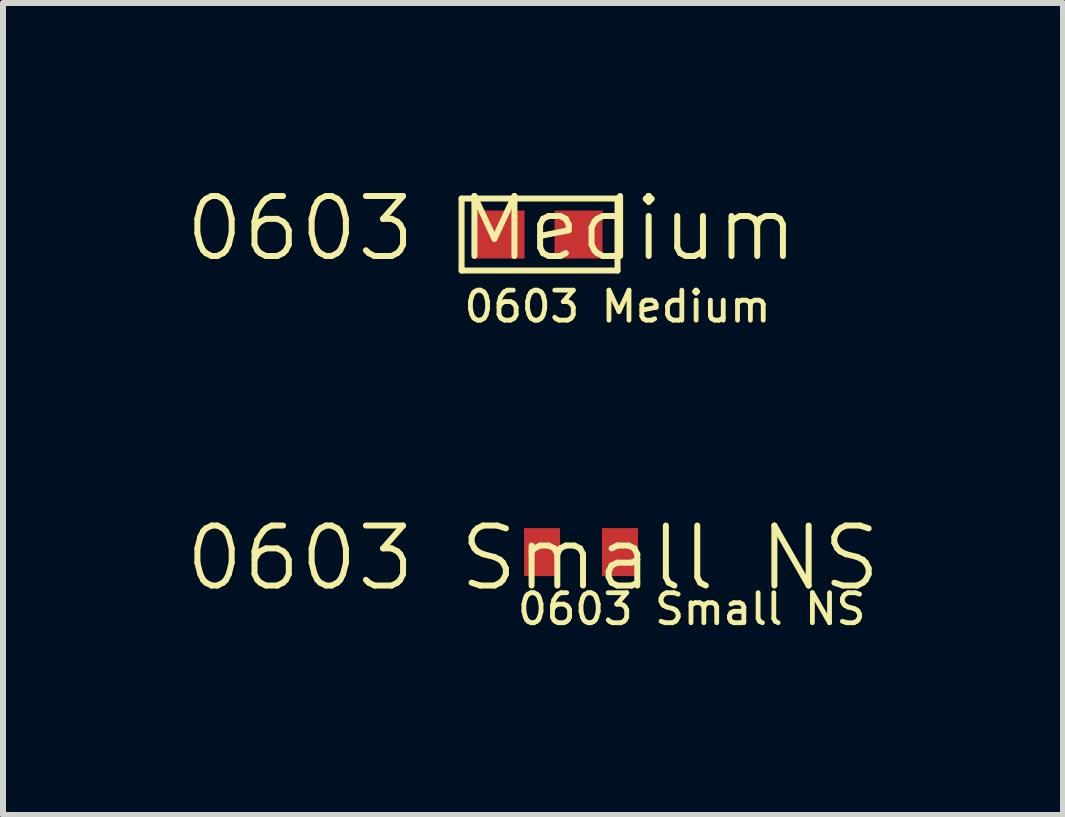
<source format=kicad_pcb>
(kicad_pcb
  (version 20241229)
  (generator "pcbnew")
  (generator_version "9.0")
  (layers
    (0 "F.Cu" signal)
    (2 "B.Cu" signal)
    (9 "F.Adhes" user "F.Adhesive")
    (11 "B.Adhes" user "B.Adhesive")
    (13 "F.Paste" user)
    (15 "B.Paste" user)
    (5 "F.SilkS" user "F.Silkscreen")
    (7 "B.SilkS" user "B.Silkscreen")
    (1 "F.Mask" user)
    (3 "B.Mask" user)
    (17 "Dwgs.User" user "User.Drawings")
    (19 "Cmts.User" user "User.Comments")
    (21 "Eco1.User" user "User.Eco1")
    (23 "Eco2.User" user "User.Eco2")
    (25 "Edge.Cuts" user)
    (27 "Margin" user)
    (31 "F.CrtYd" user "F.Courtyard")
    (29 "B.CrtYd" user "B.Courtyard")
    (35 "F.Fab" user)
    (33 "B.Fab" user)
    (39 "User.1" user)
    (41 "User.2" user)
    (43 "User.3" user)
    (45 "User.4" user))
  (footprint "0603 Small NS"
    (layer "F.Cu")
    (at 5.836 6.554)
    (property "Reference" "0603 Small NS" (at 0 -0.3 0) (unlocked yes) (layer "F.SilkS") (effects (font (size 1 1) (thickness 0.1))))
    (attr smd)
    (fp_text user "${REFERENCE}" (at -0.3 0.55 0) (unlocked yes) (layer "F.SilkS") (effects (font (size 0.5 0.5) (thickness 0.08)) (justify left)))
    (pad "1" smd rect (at 0.15 -0.4) (size 0.6 0.8) (layers "F.Cu" "F.Mask" "F.Paste"))
    (pad "2" smd rect (at 1.45 -0.4) (size 0.6 0.8) (layers "F.Cu" "F.Mask" "F.Paste")))
  (footprint "0603 Medium"
    (layer "F.Cu")
    (at 5.145 1.26)
    (property "Reference" "0603 Medium" (at 0 -0.5 0) (unlocked yes) (layer "F.SilkS") (effects (font (size 1 1) (thickness 0.1))))
    (attr smd)
    (fp_line (start -0.5 -1) (end -0.5 0.2) (stroke (width 0.1) (type default)) (layer "F.SilkS"))
    (fp_line (start -0.5 0.2) (end 2.1 0.2) (stroke (width 0.1) (type default)) (layer "F.SilkS"))
    (fp_line (start 2.1 -1) (end -0.5 -1) (stroke (width 0.1) (type default)) (layer "F.SilkS"))
    (fp_line (start 2.1 0.2) (end 2.1 -1) (stroke (width 0.1) (type default)) (layer "F.SilkS"))
    (fp_text user "${REFERENCE}" (at -0.5 0.8 0) (unlocked yes) (layer "F.SilkS") (effects (font (size 0.5 0.5) (thickness 0.08)) (justify left)))
    (pad "1" smd rect (at 0.15 -0.4) (size 0.8 0.8) (layers "F.Cu" "F.Mask" "F.Paste"))
    (pad "2" smd rect (at 1.45 -0.4) (size 0.8 0.8) (layers "F.Cu" "F.Mask" "F.Paste")))
  (gr_rect
    (start -3 -3)
    (end 14.671 10.537)
    (stroke (width 0.1) (type default))
    (fill no)
    (layer "Edge.Cuts")))
</source>
